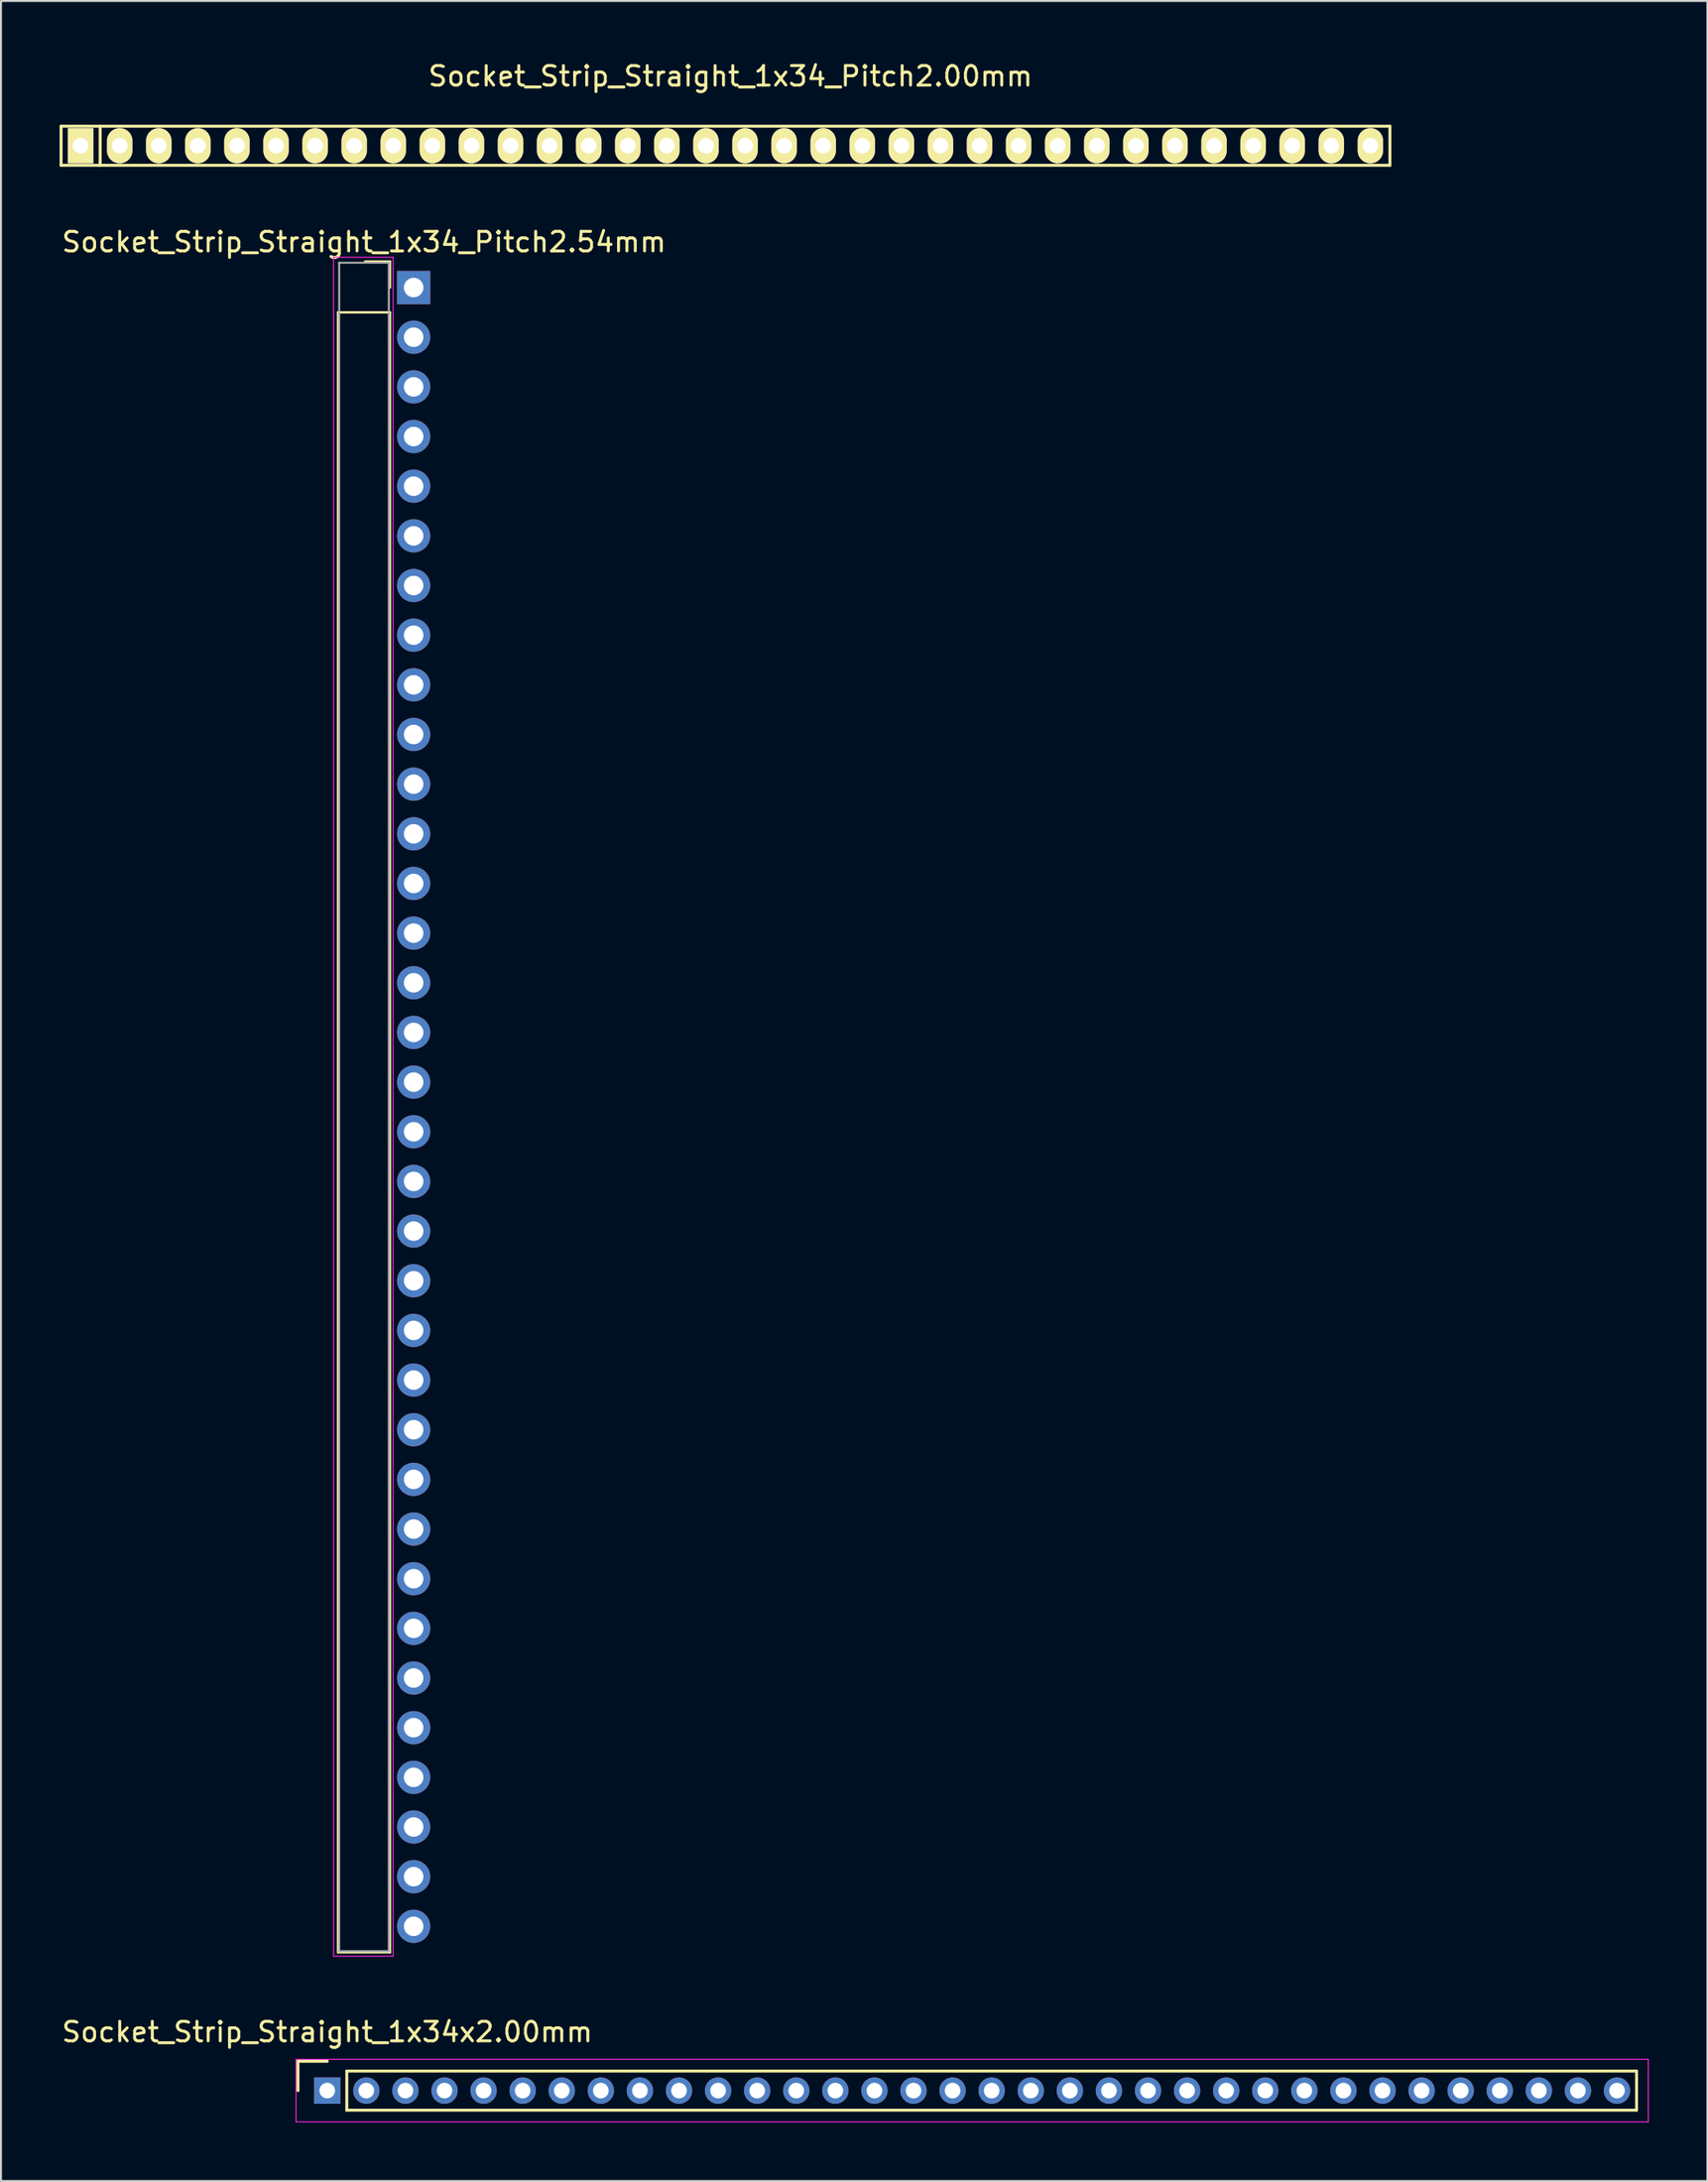
<source format=kicad_pcb>
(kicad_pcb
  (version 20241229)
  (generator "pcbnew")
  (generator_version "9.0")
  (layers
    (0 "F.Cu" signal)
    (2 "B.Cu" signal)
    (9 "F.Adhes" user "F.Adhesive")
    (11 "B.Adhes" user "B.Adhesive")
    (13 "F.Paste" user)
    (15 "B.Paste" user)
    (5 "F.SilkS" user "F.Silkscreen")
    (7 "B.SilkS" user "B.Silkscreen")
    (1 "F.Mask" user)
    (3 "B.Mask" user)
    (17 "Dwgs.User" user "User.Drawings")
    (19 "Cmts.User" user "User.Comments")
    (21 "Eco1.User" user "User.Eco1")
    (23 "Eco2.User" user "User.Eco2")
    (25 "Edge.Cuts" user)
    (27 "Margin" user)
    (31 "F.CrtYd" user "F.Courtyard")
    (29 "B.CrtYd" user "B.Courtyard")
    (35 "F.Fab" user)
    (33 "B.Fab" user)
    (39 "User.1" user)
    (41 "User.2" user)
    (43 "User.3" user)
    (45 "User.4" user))
  (footprint "Socket_Strip_Straight_1x34_Pitch2.54mm"
    (layer "F.Cu")
    (at 18.117 11.658)
    (property "Reference" "Socket_Strip_Straight_1x34_Pitch2.54mm" (at -2.54 -2.33 0) (layer "F.SilkS") (effects (font (size 1 1) (thickness 0.15))))
    (attr through_hole)
    (fp_line (start -3.87 1.27) (end -3.87 85.15) (stroke (width 0.12) (type solid)) (layer "F.SilkS"))
    (fp_line (start -3.87 85.15) (end -1.21 85.15) (stroke (width 0.12) (type solid)) (layer "F.SilkS"))
    (fp_line (start -1.21 -1.33) (end -2.48 -1.33) (stroke (width 0.12) (type solid)) (layer "F.SilkS"))
    (fp_line (start -1.21 0) (end -1.21 -1.33) (stroke (width 0.12) (type solid)) (layer "F.SilkS"))
    (fp_line (start -1.21 1.27) (end -3.87 1.27) (stroke (width 0.12) (type solid)) (layer "F.SilkS"))
    (fp_line (start -1.21 85.15) (end -1.21 1.27) (stroke (width 0.12) (type solid)) (layer "F.SilkS"))
    (fp_line (start -4.1 -1.55) (end -4.1 85.35) (stroke (width 0.05) (type solid)) (layer "F.CrtYd"))
    (fp_line (start -4.1 85.35) (end -1.05 85.35) (stroke (width 0.05) (type solid)) (layer "F.CrtYd"))
    (fp_line (start -1.05 -1.55) (end -4.1 -1.55) (stroke (width 0.05) (type solid)) (layer "F.CrtYd"))
    (fp_line (start -1.05 85.35) (end -1.05 -1.55) (stroke (width 0.05) (type solid)) (layer "F.CrtYd"))
    (fp_line (start -3.81 -1.27) (end -3.81 85.09) (stroke (width 0.1) (type solid)) (layer "F.Fab"))
    (fp_line (start -3.81 85.09) (end -1.27 85.09) (stroke (width 0.1) (type solid)) (layer "F.Fab"))
    (fp_line (start -1.27 -1.27) (end -3.81 -1.27) (stroke (width 0.1) (type solid)) (layer "F.Fab"))
    (fp_line (start -1.27 85.09) (end -1.27 -1.27) (stroke (width 0.1) (type solid)) (layer "F.Fab"))
    (pad "1" thru_hole rect (at 0 0) (size 1.7 1.7) (drill 1) (layers "*.Cu" "*.Mask"))
    (pad "2" thru_hole oval (at 0 2.54) (size 1.7 1.7) (drill 1) (layers "*.Cu" "*.Mask"))
    (pad "3" thru_hole oval (at 0 5.08) (size 1.7 1.7) (drill 1) (layers "*.Cu" "*.Mask"))
    (pad "4" thru_hole oval (at 0 7.62) (size 1.7 1.7) (drill 1) (layers "*.Cu" "*.Mask"))
    (pad "5" thru_hole oval (at 0 10.16) (size 1.7 1.7) (drill 1) (layers "*.Cu" "*.Mask"))
    (pad "6" thru_hole oval (at 0 12.7) (size 1.7 1.7) (drill 1) (layers "*.Cu" "*.Mask"))
    (pad "7" thru_hole oval (at 0 15.24) (size 1.7 1.7) (drill 1) (layers "*.Cu" "*.Mask"))
    (pad "8" thru_hole oval (at 0 17.78) (size 1.7 1.7) (drill 1) (layers "*.Cu" "*.Mask"))
    (pad "9" thru_hole oval (at 0 20.32) (size 1.7 1.7) (drill 1) (layers "*.Cu" "*.Mask"))
    (pad "10" thru_hole oval (at 0 22.86) (size 1.7 1.7) (drill 1) (layers "*.Cu" "*.Mask"))
    (pad "11" thru_hole oval (at 0 25.4) (size 1.7 1.7) (drill 1) (layers "*.Cu" "*.Mask"))
    (pad "12" thru_hole oval (at 0 27.94) (size 1.7 1.7) (drill 1) (layers "*.Cu" "*.Mask"))
    (pad "13" thru_hole oval (at 0 30.48) (size 1.7 1.7) (drill 1) (layers "*.Cu" "*.Mask"))
    (pad "14" thru_hole oval (at 0 33.02) (size 1.7 1.7) (drill 1) (layers "*.Cu" "*.Mask"))
    (pad "15" thru_hole oval (at 0 35.56) (size 1.7 1.7) (drill 1) (layers "*.Cu" "*.Mask"))
    (pad "16" thru_hole oval (at 0 38.1) (size 1.7 1.7) (drill 1) (layers "*.Cu" "*.Mask"))
    (pad "17" thru_hole oval (at 0 40.64) (size 1.7 1.7) (drill 1) (layers "*.Cu" "*.Mask"))
    (pad "18" thru_hole oval (at 0 43.18) (size 1.7 1.7) (drill 1) (layers "*.Cu" "*.Mask"))
    (pad "19" thru_hole oval (at 0 45.72) (size 1.7 1.7) (drill 1) (layers "*.Cu" "*.Mask"))
    (pad "20" thru_hole oval (at 0 48.26) (size 1.7 1.7) (drill 1) (layers "*.Cu" "*.Mask"))
    (pad "21" thru_hole oval (at 0 50.8) (size 1.7 1.7) (drill 1) (layers "*.Cu" "*.Mask"))
    (pad "22" thru_hole oval (at 0 53.34) (size 1.7 1.7) (drill 1) (layers "*.Cu" "*.Mask"))
    (pad "23" thru_hole oval (at 0 55.88) (size 1.7 1.7) (drill 1) (layers "*.Cu" "*.Mask"))
    (pad "24" thru_hole oval (at 0 58.42) (size 1.7 1.7) (drill 1) (layers "*.Cu" "*.Mask"))
    (pad "25" thru_hole oval (at 0 60.96) (size 1.7 1.7) (drill 1) (layers "*.Cu" "*.Mask"))
    (pad "26" thru_hole oval (at 0 63.5) (size 1.7 1.7) (drill 1) (layers "*.Cu" "*.Mask"))
    (pad "27" thru_hole oval (at 0 66.04) (size 1.7 1.7) (drill 1) (layers "*.Cu" "*.Mask"))
    (pad "28" thru_hole oval (at 0 68.58) (size 1.7 1.7) (drill 1) (layers "*.Cu" "*.Mask"))
    (pad "29" thru_hole oval (at 0 71.12) (size 1.7 1.7) (drill 1) (layers "*.Cu" "*.Mask"))
    (pad "30" thru_hole oval (at 0 73.66) (size 1.7 1.7) (drill 1) (layers "*.Cu" "*.Mask"))
    (pad "31" thru_hole oval (at 0 76.2) (size 1.7 1.7) (drill 1) (layers "*.Cu" "*.Mask"))
    (pad "32" thru_hole oval (at 0 78.74) (size 1.7 1.7) (drill 1) (layers "*.Cu" "*.Mask"))
    (pad "33" thru_hole oval (at 0 81.28) (size 1.7 1.7) (drill 1) (layers "*.Cu" "*.Mask"))
    (pad "34" thru_hole oval (at 0 83.82) (size 1.7 1.7) (drill 1) (layers "*.Cu" "*.Mask")))
  (footprint "Socket_Strip_Straight_1x34_Pitch2.00mm"
    (layer "F.Cu")
    (at 34.075 4.404)
    (property "Reference" "Socket_Strip_Straight_1x34_Pitch2.00mm" (at 0.254 -3.556 0) (layer "F.SilkS") (effects (font (size 1 1) (thickness 0.15))))
    (attr through_hole)
    (fp_line (start -34 -1) (end 34 -1) (stroke (width 0.15) (type solid)) (layer "F.SilkS"))
    (fp_line (start -34 1) (end -34 -1) (stroke (width 0.15) (type solid)) (layer "F.SilkS"))
    (fp_line (start -32 -1) (end -32 1) (stroke (width 0.15) (type solid)) (layer "F.SilkS"))
    (fp_line (start 34 -1) (end 34 1) (stroke (width 0.15) (type solid)) (layer "F.SilkS"))
    (fp_line (start 34 1) (end -34 1) (stroke (width 0.15) (type solid)) (layer "F.SilkS"))
    (pad "1" thru_hole rect (at -33 0) (size 1.3 1.8) (drill 0.8) (layers "*.Cu" "*.Mask" "F.SilkS"))
    (pad "2" thru_hole oval (at -31 0) (size 1.3 1.8) (drill 0.8) (layers "*.Cu" "*.Mask" "F.SilkS"))
    (pad "3" thru_hole oval (at -29 0) (size 1.3 1.8) (drill 0.8) (layers "*.Cu" "*.Mask" "F.SilkS"))
    (pad "4" thru_hole oval (at -27 0) (size 1.3 1.8) (drill 0.8) (layers "*.Cu" "*.Mask" "F.SilkS"))
    (pad "5" thru_hole oval (at -25 0) (size 1.3 1.8) (drill 0.8) (layers "*.Cu" "*.Mask" "F.SilkS"))
    (pad "6" thru_hole oval (at -23 0) (size 1.3 1.8) (drill 0.8) (layers "*.Cu" "*.Mask" "F.SilkS"))
    (pad "7" thru_hole oval (at -21 0) (size 1.3 1.8) (drill 0.8) (layers "*.Cu" "*.Mask" "F.SilkS"))
    (pad "8" thru_hole oval (at -19 0) (size 1.3 1.8) (drill 0.8) (layers "*.Cu" "*.Mask" "F.SilkS"))
    (pad "9" thru_hole oval (at -17 0) (size 1.3 1.8) (drill 0.8) (layers "*.Cu" "*.Mask" "F.SilkS"))
    (pad "10" thru_hole oval (at -15 0) (size 1.3 1.8) (drill 0.8) (layers "*.Cu" "*.Mask" "F.SilkS"))
    (pad "11" thru_hole oval (at -13 0) (size 1.3 1.8) (drill 0.8) (layers "*.Cu" "*.Mask" "F.SilkS"))
    (pad "12" thru_hole oval (at -11 0) (size 1.3 1.8) (drill 0.8) (layers "*.Cu" "*.Mask" "F.SilkS"))
    (pad "13" thru_hole oval (at -9 0) (size 1.3 1.8) (drill 0.8) (layers "*.Cu" "*.Mask" "F.SilkS"))
    (pad "14" thru_hole oval (at -7 0) (size 1.3 1.8) (drill 0.8) (layers "*.Cu" "*.Mask" "F.SilkS"))
    (pad "15" thru_hole oval (at -5 0) (size 1.3 1.8) (drill 0.8) (layers "*.Cu" "*.Mask" "F.SilkS"))
    (pad "16" thru_hole oval (at -3 0) (size 1.3 1.8) (drill 0.8) (layers "*.Cu" "*.Mask" "F.SilkS"))
    (pad "17" thru_hole oval (at -1 0) (size 1.3 1.8) (drill 0.8) (layers "*.Cu" "*.Mask" "F.SilkS"))
    (pad "18" thru_hole oval (at 1 0) (size 1.3 1.8) (drill 0.8) (layers "*.Cu" "*.Mask" "F.SilkS"))
    (pad "19" thru_hole oval (at 3 0) (size 1.3 1.8) (drill 0.8) (layers "*.Cu" "*.Mask" "F.SilkS"))
    (pad "20" thru_hole oval (at 5 0) (size 1.3 1.8) (drill 0.8) (layers "*.Cu" "*.Mask" "F.SilkS"))
    (pad "21" thru_hole oval (at 7 0) (size 1.3 1.8) (drill 0.8) (layers "*.Cu" "*.Mask" "F.SilkS"))
    (pad "22" thru_hole oval (at 9 0) (size 1.3 1.8) (drill 0.8) (layers "*.Cu" "*.Mask" "F.SilkS"))
    (pad "23" thru_hole oval (at 11 0) (size 1.3 1.8) (drill 0.8) (layers "*.Cu" "*.Mask" "F.SilkS"))
    (pad "24" thru_hole oval (at 13 0) (size 1.3 1.8) (drill 0.8) (layers "*.Cu" "*.Mask" "F.SilkS"))
    (pad "25" thru_hole oval (at 15 0) (size 1.3 1.8) (drill 0.8) (layers "*.Cu" "*.Mask" "F.SilkS"))
    (pad "26" thru_hole oval (at 17 0) (size 1.3 1.8) (drill 0.8) (layers "*.Cu" "*.Mask" "F.SilkS"))
    (pad "27" thru_hole oval (at 19 0) (size 1.3 1.8) (drill 0.8) (layers "*.Cu" "*.Mask" "F.SilkS"))
    (pad "28" thru_hole oval (at 21 0) (size 1.3 1.8) (drill 0.8) (layers "*.Cu" "*.Mask" "F.SilkS"))
    (pad "29" thru_hole oval (at 23 0) (size 1.3 1.8) (drill 0.8) (layers "*.Cu" "*.Mask" "F.SilkS"))
    (pad "30" thru_hole oval (at 25 0) (size 1.3 1.8) (drill 0.8) (layers "*.Cu" "*.Mask" "F.SilkS"))
    (pad "31" thru_hole oval (at 27 0) (size 1.3 1.8) (drill 0.8) (layers "*.Cu" "*.Mask" "F.SilkS"))
    (pad "32" thru_hole oval (at 29 0) (size 1.3 1.8) (drill 0.8) (layers "*.Cu" "*.Mask" "F.SilkS"))
    (pad "33" thru_hole oval (at 31 0) (size 1.3 1.8) (drill 0.8) (layers "*.Cu" "*.Mask" "F.SilkS"))
    (pad "34" thru_hole oval (at 33 0) (size 1.3 1.8) (drill 0.8) (layers "*.Cu" "*.Mask" "F.SilkS")))
  (footprint "Socket_Strip_Straight_1x34x2.00mm"
    (layer "F.Cu")
    (at 13.696 103.881)
    (property "Reference" "Socket_Strip_Straight_1x34x2.00mm" (at 0 -3 0) (layer "F.SilkS") (effects (font (size 1 1) (thickness 0.15))))
    (attr through_hole)
    (fp_line (start -1.5 -1.5) (end -1.5 0) (stroke (width 0.15) (type solid)) (layer "F.SilkS"))
    (fp_line (start 0 -1.5) (end -1.5 -1.5) (stroke (width 0.15) (type solid)) (layer "F.SilkS"))
    (fp_line (start 1 -1) (end 1 1) (stroke (width 0.15) (type solid)) (layer "F.SilkS"))
    (fp_line (start 1 1) (end 67 1) (stroke (width 0.15) (type solid)) (layer "F.SilkS"))
    (fp_line (start 67 -1) (end 1 -1) (stroke (width 0.15) (type solid)) (layer "F.SilkS"))
    (fp_line (start 67 1) (end 67 -1) (stroke (width 0.15) (type solid)) (layer "F.SilkS"))
    (fp_line (start -1.6 -1.6) (end -1.6 1.6) (stroke (width 0.05) (type solid)) (layer "F.CrtYd"))
    (fp_line (start -1.6 1.6) (end 67.6 1.6) (stroke (width 0.05) (type solid)) (layer "F.CrtYd"))
    (fp_line (start 67.6 -1.6) (end -1.6 -1.6) (stroke (width 0.05) (type solid)) (layer "F.CrtYd"))
    (fp_line (start 67.6 1.6) (end 67.6 -1.6) (stroke (width 0.05) (type solid)) (layer "F.CrtYd"))
    (pad "1" thru_hole rect (at 0 0) (size 1.35 1.35) (drill 0.8) (layers "*.Cu" "*.Mask"))
    (pad "2" thru_hole circle (at 2 0) (size 1.35 1.35) (drill 0.8) (layers "*.Cu" "*.Mask"))
    (pad "3" thru_hole circle (at 4 0) (size 1.35 1.35) (drill 0.8) (layers "*.Cu" "*.Mask"))
    (pad "4" thru_hole circle (at 6 0) (size 1.35 1.35) (drill 0.8) (layers "*.Cu" "*.Mask"))
    (pad "5" thru_hole circle (at 8 0) (size 1.35 1.35) (drill 0.8) (layers "*.Cu" "*.Mask"))
    (pad "6" thru_hole circle (at 10 0) (size 1.35 1.35) (drill 0.8) (layers "*.Cu" "*.Mask"))
    (pad "7" thru_hole circle (at 12 0) (size 1.35 1.35) (drill 0.8) (layers "*.Cu" "*.Mask"))
    (pad "8" thru_hole circle (at 14 0) (size 1.35 1.35) (drill 0.8) (layers "*.Cu" "*.Mask"))
    (pad "9" thru_hole circle (at 16 0) (size 1.35 1.35) (drill 0.8) (layers "*.Cu" "*.Mask"))
    (pad "10" thru_hole circle (at 18 0) (size 1.35 1.35) (drill 0.8) (layers "*.Cu" "*.Mask"))
    (pad "11" thru_hole circle (at 20 0) (size 1.35 1.35) (drill 0.8) (layers "*.Cu" "*.Mask"))
    (pad "12" thru_hole circle (at 22 0) (size 1.35 1.35) (drill 0.8) (layers "*.Cu" "*.Mask"))
    (pad "13" thru_hole circle (at 24 0) (size 1.35 1.35) (drill 0.8) (layers "*.Cu" "*.Mask"))
    (pad "14" thru_hole circle (at 26 0) (size 1.35 1.35) (drill 0.8) (layers "*.Cu" "*.Mask"))
    (pad "15" thru_hole circle (at 28 0) (size 1.35 1.35) (drill 0.8) (layers "*.Cu" "*.Mask"))
    (pad "16" thru_hole circle (at 30 0) (size 1.35 1.35) (drill 0.8) (layers "*.Cu" "*.Mask"))
    (pad "17" thru_hole circle (at 32 0) (size 1.35 1.35) (drill 0.8) (layers "*.Cu" "*.Mask"))
    (pad "18" thru_hole circle (at 34 0) (size 1.35 1.35) (drill 0.8) (layers "*.Cu" "*.Mask"))
    (pad "19" thru_hole circle (at 36 0) (size 1.35 1.35) (drill 0.8) (layers "*.Cu" "*.Mask"))
    (pad "20" thru_hole circle (at 38 0) (size 1.35 1.35) (drill 0.8) (layers "*.Cu" "*.Mask"))
    (pad "21" thru_hole circle (at 40 0) (size 1.35 1.35) (drill 0.8) (layers "*.Cu" "*.Mask"))
    (pad "22" thru_hole circle (at 42 0) (size 1.35 1.35) (drill 0.8) (layers "*.Cu" "*.Mask"))
    (pad "23" thru_hole circle (at 44 0) (size 1.35 1.35) (drill 0.8) (layers "*.Cu" "*.Mask"))
    (pad "24" thru_hole circle (at 46 0) (size 1.35 1.35) (drill 0.8) (layers "*.Cu" "*.Mask"))
    (pad "25" thru_hole circle (at 48 0) (size 1.35 1.35) (drill 0.8) (layers "*.Cu" "*.Mask"))
    (pad "26" thru_hole circle (at 50 0) (size 1.35 1.35) (drill 0.8) (layers "*.Cu" "*.Mask"))
    (pad "27" thru_hole circle (at 52 0) (size 1.35 1.35) (drill 0.8) (layers "*.Cu" "*.Mask"))
    (pad "28" thru_hole circle (at 54 0) (size 1.35 1.35) (drill 0.8) (layers "*.Cu" "*.Mask"))
    (pad "29" thru_hole circle (at 56 0) (size 1.35 1.35) (drill 0.8) (layers "*.Cu" "*.Mask"))
    (pad "30" thru_hole circle (at 58 0) (size 1.35 1.35) (drill 0.8) (layers "*.Cu" "*.Mask"))
    (pad "31" thru_hole circle (at 60 0) (size 1.35 1.35) (drill 0.8) (layers "*.Cu" "*.Mask"))
    (pad "32" thru_hole circle (at 62 0) (size 1.35 1.35) (drill 0.8) (layers "*.Cu" "*.Mask"))
    (pad "33" thru_hole circle (at 64 0) (size 1.35 1.35) (drill 0.8) (layers "*.Cu" "*.Mask"))
    (pad "34" thru_hole circle (at 66 0) (size 1.35 1.35) (drill 0.8) (layers "*.Cu" "*.Mask")))
  (gr_rect
    (start -3 -3)
    (end 84.321 108.506)
    (stroke (width 0.1) (type default))
    (fill no)
    (layer "Edge.Cuts")))
</source>
